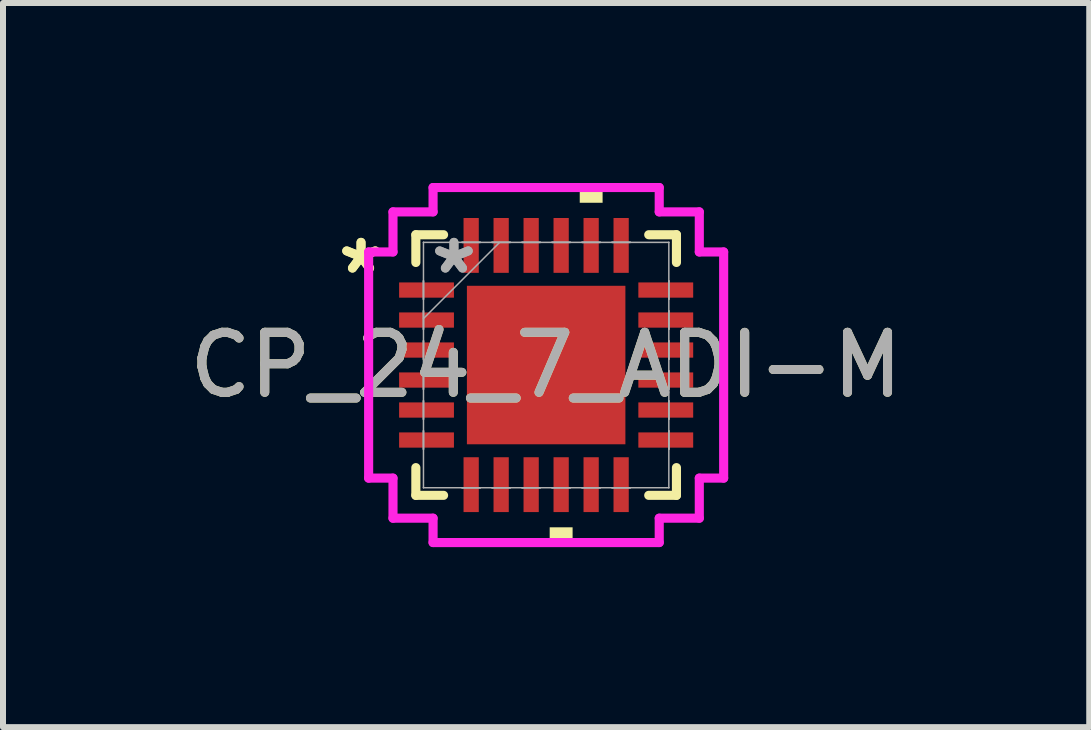
<source format=kicad_pcb>
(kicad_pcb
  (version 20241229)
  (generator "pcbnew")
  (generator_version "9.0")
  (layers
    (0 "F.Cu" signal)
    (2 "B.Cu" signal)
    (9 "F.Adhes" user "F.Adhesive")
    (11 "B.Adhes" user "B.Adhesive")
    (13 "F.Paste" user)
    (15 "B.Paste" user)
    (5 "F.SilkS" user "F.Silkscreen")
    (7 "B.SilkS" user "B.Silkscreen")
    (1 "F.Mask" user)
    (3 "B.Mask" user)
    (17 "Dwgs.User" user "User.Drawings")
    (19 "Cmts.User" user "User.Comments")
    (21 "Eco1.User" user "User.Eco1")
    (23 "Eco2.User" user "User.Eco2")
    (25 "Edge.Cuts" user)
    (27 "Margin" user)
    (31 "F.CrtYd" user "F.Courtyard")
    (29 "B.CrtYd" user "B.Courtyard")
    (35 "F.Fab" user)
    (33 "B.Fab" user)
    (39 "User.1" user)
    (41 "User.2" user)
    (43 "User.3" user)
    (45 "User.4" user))
  (footprint "CP_24_7_ADI-M"
    (layer "F.Cu")
    (at 6.054 3.035)
    (property "Reference" "CP_24_7_ADI-M" (at 0 0 0) (unlocked yes) (layer "F.SilkS") (effects (font (size 1 1) (thickness 0.15))))
    (attr smd)
    (fp_line (start -2.172 -2.172) (end -2.172 -1.71) (stroke (width 0.152) (type solid)) (layer "F.SilkS"))
    (fp_line (start -2.172 1.71) (end -2.172 2.172) (stroke (width 0.152) (type solid)) (layer "F.SilkS"))
    (fp_line (start -2.172 2.172) (end -1.71 2.172) (stroke (width 0.152) (type solid)) (layer "F.SilkS"))
    (fp_line (start -1.71 -2.172) (end -2.172 -2.172) (stroke (width 0.152) (type solid)) (layer "F.SilkS"))
    (fp_line (start 1.71 2.172) (end 2.172 2.172) (stroke (width 0.152) (type solid)) (layer "F.SilkS"))
    (fp_line (start 2.172 -2.172) (end 1.71 -2.172) (stroke (width 0.152) (type solid)) (layer "F.SilkS"))
    (fp_line (start 2.172 -1.71) (end 2.172 -2.172) (stroke (width 0.152) (type solid)) (layer "F.SilkS"))
    (fp_line (start 2.172 2.172) (end 2.172 1.71) (stroke (width 0.152) (type solid)) (layer "F.SilkS"))
    (fp_poly (pts (xy 0.059 2.705) (xy 0.059 2.959) (xy 0.441 2.959) (xy 0.441 2.705)) (stroke (width 0) (type solid)) (fill yes) (layer "F.SilkS"))
    (fp_poly (pts (xy 0.56 -2.705) (xy 0.56 -2.959) (xy 0.941 -2.959) (xy 0.941 -2.705)) (stroke (width 0) (type solid)) (fill yes) (layer "F.SilkS"))
    (fp_poly (pts (xy -1.221 -1.221) (xy -1.221 -0.1) (xy -0.1 -0.1) (xy -0.1 -1.221)) (stroke (width 0) (type solid)) (fill yes) (layer "F.Paste"))
    (fp_poly (pts (xy -1.221 0.1) (xy -1.221 1.221) (xy -0.1 1.221) (xy -0.1 0.1)) (stroke (width 0) (type solid)) (fill yes) (layer "F.Paste"))
    (fp_poly (pts (xy 0.1 -1.221) (xy 0.1 -0.1) (xy 1.221 -0.1) (xy 1.221 -1.221)) (stroke (width 0) (type solid)) (fill yes) (layer "F.Paste"))
    (fp_poly (pts (xy 0.1 0.1) (xy 0.1 1.221) (xy 1.221 1.221) (xy 1.221 0.1)) (stroke (width 0) (type solid)) (fill yes) (layer "F.Paste"))
    (fp_line (start -2.959 -1.885) (end -2.553 -1.885) (stroke (width 0.152) (type solid)) (layer "F.CrtYd"))
    (fp_line (start -2.959 1.885) (end -2.959 -1.885) (stroke (width 0.152) (type solid)) (layer "F.CrtYd"))
    (fp_line (start -2.553 -2.553) (end -1.885 -2.553) (stroke (width 0.152) (type solid)) (layer "F.CrtYd"))
    (fp_line (start -2.553 -1.885) (end -2.553 -2.553) (stroke (width 0.152) (type solid)) (layer "F.CrtYd"))
    (fp_line (start -2.553 1.885) (end -2.959 1.885) (stroke (width 0.152) (type solid)) (layer "F.CrtYd"))
    (fp_line (start -2.553 2.553) (end -2.553 1.885) (stroke (width 0.152) (type solid)) (layer "F.CrtYd"))
    (fp_line (start -1.885 -2.959) (end 1.885 -2.959) (stroke (width 0.152) (type solid)) (layer "F.CrtYd"))
    (fp_line (start -1.885 -2.553) (end -1.885 -2.959) (stroke (width 0.152) (type solid)) (layer "F.CrtYd"))
    (fp_line (start -1.885 2.553) (end -2.553 2.553) (stroke (width 0.152) (type solid)) (layer "F.CrtYd"))
    (fp_line (start -1.885 2.959) (end -1.885 2.553) (stroke (width 0.152) (type solid)) (layer "F.CrtYd"))
    (fp_line (start 1.885 -2.959) (end 1.885 -2.553) (stroke (width 0.152) (type solid)) (layer "F.CrtYd"))
    (fp_line (start 1.885 -2.553) (end 2.553 -2.553) (stroke (width 0.152) (type solid)) (layer "F.CrtYd"))
    (fp_line (start 1.885 2.553) (end 1.885 2.959) (stroke (width 0.152) (type solid)) (layer "F.CrtYd"))
    (fp_line (start 1.885 2.959) (end -1.885 2.959) (stroke (width 0.152) (type solid)) (layer "F.CrtYd"))
    (fp_line (start 2.553 -2.553) (end 2.553 -1.885) (stroke (width 0.152) (type solid)) (layer "F.CrtYd"))
    (fp_line (start 2.553 -1.885) (end 2.959 -1.885) (stroke (width 0.152) (type solid)) (layer "F.CrtYd"))
    (fp_line (start 2.553 1.885) (end 2.553 2.553) (stroke (width 0.152) (type solid)) (layer "F.CrtYd"))
    (fp_line (start 2.553 2.553) (end 1.885 2.553) (stroke (width 0.152) (type solid)) (layer "F.CrtYd"))
    (fp_line (start 2.959 -1.885) (end 2.959 1.885) (stroke (width 0.152) (type solid)) (layer "F.CrtYd"))
    (fp_line (start 2.959 1.885) (end 2.553 1.885) (stroke (width 0.152) (type solid)) (layer "F.CrtYd"))
    (fp_line (start -2.045 -2.045) (end -2.045 -2.045) (stroke (width 0.025) (type solid)) (layer "F.Fab"))
    (fp_line (start -2.045 -2.045) (end -2.045 2.045) (stroke (width 0.025) (type solid)) (layer "F.Fab"))
    (fp_line (start -2.045 -1.402) (end -2.045 -1.402) (stroke (width 0.025) (type solid)) (layer "F.Fab"))
    (fp_line (start -2.045 -1.402) (end -2.045 -1.098) (stroke (width 0.025) (type solid)) (layer "F.Fab"))
    (fp_line (start -2.045 -1.098) (end -2.045 -1.402) (stroke (width 0.025) (type solid)) (layer "F.Fab"))
    (fp_line (start -2.045 -1.098) (end -2.045 -1.098) (stroke (width 0.025) (type solid)) (layer "F.Fab"))
    (fp_line (start -2.045 -0.902) (end -2.045 -0.902) (stroke (width 0.025) (type solid)) (layer "F.Fab"))
    (fp_line (start -2.045 -0.902) (end -2.045 -0.598) (stroke (width 0.025) (type solid)) (layer "F.Fab"))
    (fp_line (start -2.045 -0.775) (end -0.775 -2.045) (stroke (width 0.025) (type solid)) (layer "F.Fab"))
    (fp_line (start -2.045 -0.598) (end -2.045 -0.902) (stroke (width 0.025) (type solid)) (layer "F.Fab"))
    (fp_line (start -2.045 -0.598) (end -2.045 -0.598) (stroke (width 0.025) (type solid)) (layer "F.Fab"))
    (fp_line (start -2.045 -0.402) (end -2.045 -0.402) (stroke (width 0.025) (type solid)) (layer "F.Fab"))
    (fp_line (start -2.045 -0.402) (end -2.045 -0.098) (stroke (width 0.025) (type solid)) (layer "F.Fab"))
    (fp_line (start -2.045 -0.098) (end -2.045 -0.402) (stroke (width 0.025) (type solid)) (layer "F.Fab"))
    (fp_line (start -2.045 -0.098) (end -2.045 -0.098) (stroke (width 0.025) (type solid)) (layer "F.Fab"))
    (fp_line (start -2.045 0.098) (end -2.045 0.098) (stroke (width 0.025) (type solid)) (layer "F.Fab"))
    (fp_line (start -2.045 0.098) (end -2.045 0.402) (stroke (width 0.025) (type solid)) (layer "F.Fab"))
    (fp_line (start -2.045 0.402) (end -2.045 0.098) (stroke (width 0.025) (type solid)) (layer "F.Fab"))
    (fp_line (start -2.045 0.402) (end -2.045 0.402) (stroke (width 0.025) (type solid)) (layer "F.Fab"))
    (fp_line (start -2.045 0.598) (end -2.045 0.598) (stroke (width 0.025) (type solid)) (layer "F.Fab"))
    (fp_line (start -2.045 0.598) (end -2.045 0.902) (stroke (width 0.025) (type solid)) (layer "F.Fab"))
    (fp_line (start -2.045 0.902) (end -2.045 0.598) (stroke (width 0.025) (type solid)) (layer "F.Fab"))
    (fp_line (start -2.045 0.902) (end -2.045 0.902) (stroke (width 0.025) (type solid)) (layer "F.Fab"))
    (fp_line (start -2.045 1.098) (end -2.045 1.098) (stroke (width 0.025) (type solid)) (layer "F.Fab"))
    (fp_line (start -2.045 1.098) (end -2.045 1.402) (stroke (width 0.025) (type solid)) (layer "F.Fab"))
    (fp_line (start -2.045 1.402) (end -2.045 1.098) (stroke (width 0.025) (type solid)) (layer "F.Fab"))
    (fp_line (start -2.045 1.402) (end -2.045 1.402) (stroke (width 0.025) (type solid)) (layer "F.Fab"))
    (fp_line (start -2.045 2.045) (end -2.045 2.045) (stroke (width 0.025) (type solid)) (layer "F.Fab"))
    (fp_line (start -2.045 2.045) (end 2.045 2.045) (stroke (width 0.025) (type solid)) (layer "F.Fab"))
    (fp_line (start -1.402 -2.045) (end -1.402 -2.045) (stroke (width 0.025) (type solid)) (layer "F.Fab"))
    (fp_line (start -1.402 -2.045) (end -1.098 -2.045) (stroke (width 0.025) (type solid)) (layer "F.Fab"))
    (fp_line (start -1.402 2.045) (end -1.402 2.045) (stroke (width 0.025) (type solid)) (layer "F.Fab"))
    (fp_line (start -1.402 2.045) (end -1.098 2.045) (stroke (width 0.025) (type solid)) (layer "F.Fab"))
    (fp_line (start -1.098 -2.045) (end -1.402 -2.045) (stroke (width 0.025) (type solid)) (layer "F.Fab"))
    (fp_line (start -1.098 -2.045) (end -1.098 -2.045) (stroke (width 0.025) (type solid)) (layer "F.Fab"))
    (fp_line (start -1.098 2.045) (end -1.402 2.045) (stroke (width 0.025) (type solid)) (layer "F.Fab"))
    (fp_line (start -1.098 2.045) (end -1.098 2.045) (stroke (width 0.025) (type solid)) (layer "F.Fab"))
    (fp_line (start -0.902 -2.045) (end -0.902 -2.045) (stroke (width 0.025) (type solid)) (layer "F.Fab"))
    (fp_line (start -0.902 -2.045) (end -0.598 -2.045) (stroke (width 0.025) (type solid)) (layer "F.Fab"))
    (fp_line (start -0.902 2.045) (end -0.902 2.045) (stroke (width 0.025) (type solid)) (layer "F.Fab"))
    (fp_line (start -0.902 2.045) (end -0.598 2.045) (stroke (width 0.025) (type solid)) (layer "F.Fab"))
    (fp_line (start -0.598 -2.045) (end -0.902 -2.045) (stroke (width 0.025) (type solid)) (layer "F.Fab"))
    (fp_line (start -0.598 -2.045) (end -0.598 -2.045) (stroke (width 0.025) (type solid)) (layer "F.Fab"))
    (fp_line (start -0.598 2.045) (end -0.902 2.045) (stroke (width 0.025) (type solid)) (layer "F.Fab"))
    (fp_line (start -0.598 2.045) (end -0.598 2.045) (stroke (width 0.025) (type solid)) (layer "F.Fab"))
    (fp_line (start -0.402 -2.045) (end -0.402 -2.045) (stroke (width 0.025) (type solid)) (layer "F.Fab"))
    (fp_line (start -0.402 -2.045) (end -0.098 -2.045) (stroke (width 0.025) (type solid)) (layer "F.Fab"))
    (fp_line (start -0.402 2.045) (end -0.402 2.045) (stroke (width 0.025) (type solid)) (layer "F.Fab"))
    (fp_line (start -0.402 2.045) (end -0.098 2.045) (stroke (width 0.025) (type solid)) (layer "F.Fab"))
    (fp_line (start -0.098 -2.045) (end -0.402 -2.045) (stroke (width 0.025) (type solid)) (layer "F.Fab"))
    (fp_line (start -0.098 -2.045) (end -0.098 -2.045) (stroke (width 0.025) (type solid)) (layer "F.Fab"))
    (fp_line (start -0.098 2.045) (end -0.402 2.045) (stroke (width 0.025) (type solid)) (layer "F.Fab"))
    (fp_line (start -0.098 2.045) (end -0.098 2.045) (stroke (width 0.025) (type solid)) (layer "F.Fab"))
    (fp_line (start 0.098 -2.045) (end 0.098 -2.045) (stroke (width 0.025) (type solid)) (layer "F.Fab"))
    (fp_line (start 0.098 -2.045) (end 0.402 -2.045) (stroke (width 0.025) (type solid)) (layer "F.Fab"))
    (fp_line (start 0.098 2.045) (end 0.098 2.045) (stroke (width 0.025) (type solid)) (layer "F.Fab"))
    (fp_line (start 0.098 2.045) (end 0.402 2.045) (stroke (width 0.025) (type solid)) (layer "F.Fab"))
    (fp_line (start 0.402 -2.045) (end 0.098 -2.045) (stroke (width 0.025) (type solid)) (layer "F.Fab"))
    (fp_line (start 0.402 -2.045) (end 0.402 -2.045) (stroke (width 0.025) (type solid)) (layer "F.Fab"))
    (fp_line (start 0.402 2.045) (end 0.098 2.045) (stroke (width 0.025) (type solid)) (layer "F.Fab"))
    (fp_line (start 0.402 2.045) (end 0.402 2.045) (stroke (width 0.025) (type solid)) (layer "F.Fab"))
    (fp_line (start 0.598 -2.045) (end 0.598 -2.045) (stroke (width 0.025) (type solid)) (layer "F.Fab"))
    (fp_line (start 0.598 -2.045) (end 0.902 -2.045) (stroke (width 0.025) (type solid)) (layer "F.Fab"))
    (fp_line (start 0.598 2.045) (end 0.598 2.045) (stroke (width 0.025) (type solid)) (layer "F.Fab"))
    (fp_line (start 0.598 2.045) (end 0.902 2.045) (stroke (width 0.025) (type solid)) (layer "F.Fab"))
    (fp_line (start 0.902 -2.045) (end 0.598 -2.045) (stroke (width 0.025) (type solid)) (layer "F.Fab"))
    (fp_line (start 0.902 -2.045) (end 0.902 -2.045) (stroke (width 0.025) (type solid)) (layer "F.Fab"))
    (fp_line (start 0.902 2.045) (end 0.598 2.045) (stroke (width 0.025) (type solid)) (layer "F.Fab"))
    (fp_line (start 0.902 2.045) (end 0.902 2.045) (stroke (width 0.025) (type solid)) (layer "F.Fab"))
    (fp_line (start 1.098 -2.045) (end 1.098 -2.045) (stroke (width 0.025) (type solid)) (layer "F.Fab"))
    (fp_line (start 1.098 -2.045) (end 1.402 -2.045) (stroke (width 0.025) (type solid)) (layer "F.Fab"))
    (fp_line (start 1.098 2.045) (end 1.098 2.045) (stroke (width 0.025) (type solid)) (layer "F.Fab"))
    (fp_line (start 1.098 2.045) (end 1.402 2.045) (stroke (width 0.025) (type solid)) (layer "F.Fab"))
    (fp_line (start 1.402 -2.045) (end 1.098 -2.045) (stroke (width 0.025) (type solid)) (layer "F.Fab"))
    (fp_line (start 1.402 -2.045) (end 1.402 -2.045) (stroke (width 0.025) (type solid)) (layer "F.Fab"))
    (fp_line (start 1.402 2.045) (end 1.098 2.045) (stroke (width 0.025) (type solid)) (layer "F.Fab"))
    (fp_line (start 1.402 2.045) (end 1.402 2.045) (stroke (width 0.025) (type solid)) (layer "F.Fab"))
    (fp_line (start 2.045 -2.045) (end -2.045 -2.045) (stroke (width 0.025) (type solid)) (layer "F.Fab"))
    (fp_line (start 2.045 -2.045) (end 2.045 -2.045) (stroke (width 0.025) (type solid)) (layer "F.Fab"))
    (fp_line (start 2.045 -1.402) (end 2.045 -1.402) (stroke (width 0.025) (type solid)) (layer "F.Fab"))
    (fp_line (start 2.045 -1.402) (end 2.045 -1.098) (stroke (width 0.025) (type solid)) (layer "F.Fab"))
    (fp_line (start 2.045 -1.098) (end 2.045 -1.402) (stroke (width 0.025) (type solid)) (layer "F.Fab"))
    (fp_line (start 2.045 -1.098) (end 2.045 -1.098) (stroke (width 0.025) (type solid)) (layer "F.Fab"))
    (fp_line (start 2.045 -0.902) (end 2.045 -0.902) (stroke (width 0.025) (type solid)) (layer "F.Fab"))
    (fp_line (start 2.045 -0.902) (end 2.045 -0.598) (stroke (width 0.025) (type solid)) (layer "F.Fab"))
    (fp_line (start 2.045 -0.598) (end 2.045 -0.902) (stroke (width 0.025) (type solid)) (layer "F.Fab"))
    (fp_line (start 2.045 -0.598) (end 2.045 -0.598) (stroke (width 0.025) (type solid)) (layer "F.Fab"))
    (fp_line (start 2.045 -0.402) (end 2.045 -0.402) (stroke (width 0.025) (type solid)) (layer "F.Fab"))
    (fp_line (start 2.045 -0.402) (end 2.045 -0.098) (stroke (width 0.025) (type solid)) (layer "F.Fab"))
    (fp_line (start 2.045 -0.098) (end 2.045 -0.402) (stroke (width 0.025) (type solid)) (layer "F.Fab"))
    (fp_line (start 2.045 -0.098) (end 2.045 -0.098) (stroke (width 0.025) (type solid)) (layer "F.Fab"))
    (fp_line (start 2.045 0.098) (end 2.045 0.098) (stroke (width 0.025) (type solid)) (layer "F.Fab"))
    (fp_line (start 2.045 0.098) (end 2.045 0.402) (stroke (width 0.025) (type solid)) (layer "F.Fab"))
    (fp_line (start 2.045 0.402) (end 2.045 0.098) (stroke (width 0.025) (type solid)) (layer "F.Fab"))
    (fp_line (start 2.045 0.402) (end 2.045 0.402) (stroke (width 0.025) (type solid)) (layer "F.Fab"))
    (fp_line (start 2.045 0.598) (end 2.045 0.598) (stroke (width 0.025) (type solid)) (layer "F.Fab"))
    (fp_line (start 2.045 0.598) (end 2.045 0.902) (stroke (width 0.025) (type solid)) (layer "F.Fab"))
    (fp_line (start 2.045 0.902) (end 2.045 0.598) (stroke (width 0.025) (type solid)) (layer "F.Fab"))
    (fp_line (start 2.045 0.902) (end 2.045 0.902) (stroke (width 0.025) (type solid)) (layer "F.Fab"))
    (fp_line (start 2.045 1.098) (end 2.045 1.098) (stroke (width 0.025) (type solid)) (layer "F.Fab"))
    (fp_line (start 2.045 1.098) (end 2.045 1.402) (stroke (width 0.025) (type solid)) (layer "F.Fab"))
    (fp_line (start 2.045 1.402) (end 2.045 1.098) (stroke (width 0.025) (type solid)) (layer "F.Fab"))
    (fp_line (start 2.045 1.402) (end 2.045 1.402) (stroke (width 0.025) (type solid)) (layer "F.Fab"))
    (fp_line (start 2.045 2.045) (end 2.045 -2.045) (stroke (width 0.025) (type solid)) (layer "F.Fab"))
    (fp_line (start 2.045 2.045) (end 2.045 2.045) (stroke (width 0.025) (type solid)) (layer "F.Fab"))
    (fp_text user "*" (at -3.086 -1.5 0) (layer "F.SilkS") (effects (font (size 1 1) (thickness 0.15))))
    (fp_text user "*" (at -3.086 -1.5 0) (unlocked yes) (layer "F.SilkS") (effects (font (size 1 1) (thickness 0.15))))
    (fp_text user "*" (at -1.537 -1.5 0) (unlocked yes) (layer "F.Fab") (effects (font (size 1 1) (thickness 0.15))))
    (fp_text user "${REFERENCE}" (at 0 0 0) (unlocked yes) (layer "F.Fab") (effects (font (size 1 1) (thickness 0.15))))
    (fp_text user "*" (at -1.537 -1.5 0) (layer "F.Fab") (effects (font (size 1 1) (thickness 0.15))))
    (pad "1" smd rect (at -1.994 -1.25 90) (size 0.254 0.914) (layers "F.Cu" "F.Mask" "F.Paste"))
    (pad "2" smd rect (at -1.994 -0.75 90) (size 0.254 0.914) (layers "F.Cu" "F.Mask" "F.Paste"))
    (pad "3" smd rect (at -1.994 -0.25 90) (size 0.254 0.914) (layers "F.Cu" "F.Mask" "F.Paste"))
    (pad "4" smd rect (at -1.994 0.25 90) (size 0.254 0.914) (layers "F.Cu" "F.Mask" "F.Paste"))
    (pad "5" smd rect (at -1.994 0.75 90) (size 0.254 0.914) (layers "F.Cu" "F.Mask" "F.Paste"))
    (pad "6" smd rect (at -1.994 1.25 90) (size 0.254 0.914) (layers "F.Cu" "F.Mask" "F.Paste"))
    (pad "7" smd rect (at -1.25 1.994) (size 0.254 0.914) (layers "F.Cu" "F.Mask" "F.Paste"))
    (pad "8" smd rect (at -0.75 1.994) (size 0.254 0.914) (layers "F.Cu" "F.Mask" "F.Paste"))
    (pad "9" smd rect (at -0.25 1.994) (size 0.254 0.914) (layers "F.Cu" "F.Mask" "F.Paste"))
    (pad "10" smd rect (at 0.25 1.994) (size 0.254 0.914) (layers "F.Cu" "F.Mask" "F.Paste"))
    (pad "11" smd rect (at 0.75 1.994) (size 0.254 0.914) (layers "F.Cu" "F.Mask" "F.Paste"))
    (pad "12" smd rect (at 1.25 1.994) (size 0.254 0.914) (layers "F.Cu" "F.Mask" "F.Paste"))
    (pad "13" smd rect (at 1.994 1.25 90) (size 0.254 0.914) (layers "F.Cu" "F.Mask" "F.Paste"))
    (pad "14" smd rect (at 1.994 0.75 90) (size 0.254 0.914) (layers "F.Cu" "F.Mask" "F.Paste"))
    (pad "15" smd rect (at 1.994 0.25 90) (size 0.254 0.914) (layers "F.Cu" "F.Mask" "F.Paste"))
    (pad "16" smd rect (at 1.994 -0.25 90) (size 0.254 0.914) (layers "F.Cu" "F.Mask" "F.Paste"))
    (pad "17" smd rect (at 1.994 -0.75 90) (size 0.254 0.914) (layers "F.Cu" "F.Mask" "F.Paste"))
    (pad "18" smd rect (at 1.994 -1.25 90) (size 0.254 0.914) (layers "F.Cu" "F.Mask" "F.Paste"))
    (pad "19" smd rect (at 1.25 -1.994) (size 0.254 0.914) (layers "F.Cu" "F.Mask" "F.Paste"))
    (pad "20" smd rect (at 0.75 -1.994) (size 0.254 0.914) (layers "F.Cu" "F.Mask" "F.Paste"))
    (pad "21" smd rect (at 0.25 -1.994) (size 0.254 0.914) (layers "F.Cu" "F.Mask" "F.Paste"))
    (pad "22" smd rect (at -0.25 -1.994) (size 0.254 0.914) (layers "F.Cu" "F.Mask" "F.Paste"))
    (pad "23" smd rect (at -0.75 -1.994) (size 0.254 0.914) (layers "F.Cu" "F.Mask" "F.Paste"))
    (pad "24" smd rect (at -1.25 -1.994) (size 0.254 0.914) (layers "F.Cu" "F.Mask" "F.Paste"))
    (pad "25" smd rect (at 0 0) (size 2.642 2.642) (layers "F.Cu" "F.Mask" "F.Paste")))
  (gr_rect
    (start -3 -3)
    (end 15.107 9.071)
    (stroke (width 0.1) (type default))
    (fill no)
    (layer "Edge.Cuts")))
</source>
